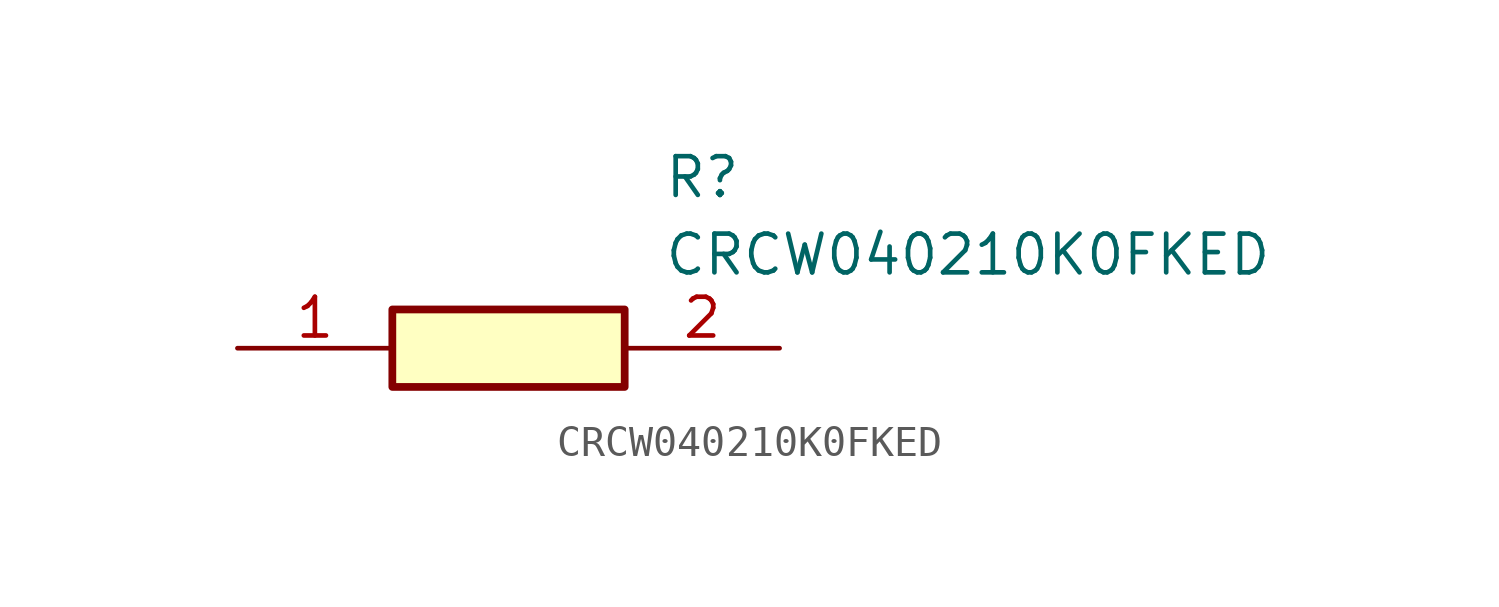
<source format=kicad_sym>
(kicad_symbol_lib
  (version 20211014)
  (generator SamacSys_ECAD_Model)
  (symbol "CRCW040210K0FKED"
    (pin_names hide)
    (property "Reference" "R"
      (at 13.97 6.35 0)
      (effects (font (size 1.27 1.27)) (justify left top)))
    (property "Value" "CRCW040210K0FKED"
      (at 13.97 3.81 0)
      (effects (font (size 1.27 1.27)) (justify left top)))
    (rectangle
      (start 5.08 1.27)
      (end 12.7 -1.27)
      (stroke (width 0.254) (type default))
      (fill (type background)))
    (pin passive line
      (at 0 0 0)
      (length 5.08)
      (name "1" (effects (font (size 1.27 1.27))))
      (number "1" (effects (font (size 1.27 1.27)))))
    (pin passive line
      (at 17.78 0 180)
      (length 5.08)
      (name "2" (effects (font (size 1.27 1.27))))
      (number "2" (effects (font (size 1.27 1.27)))))))
</source>
